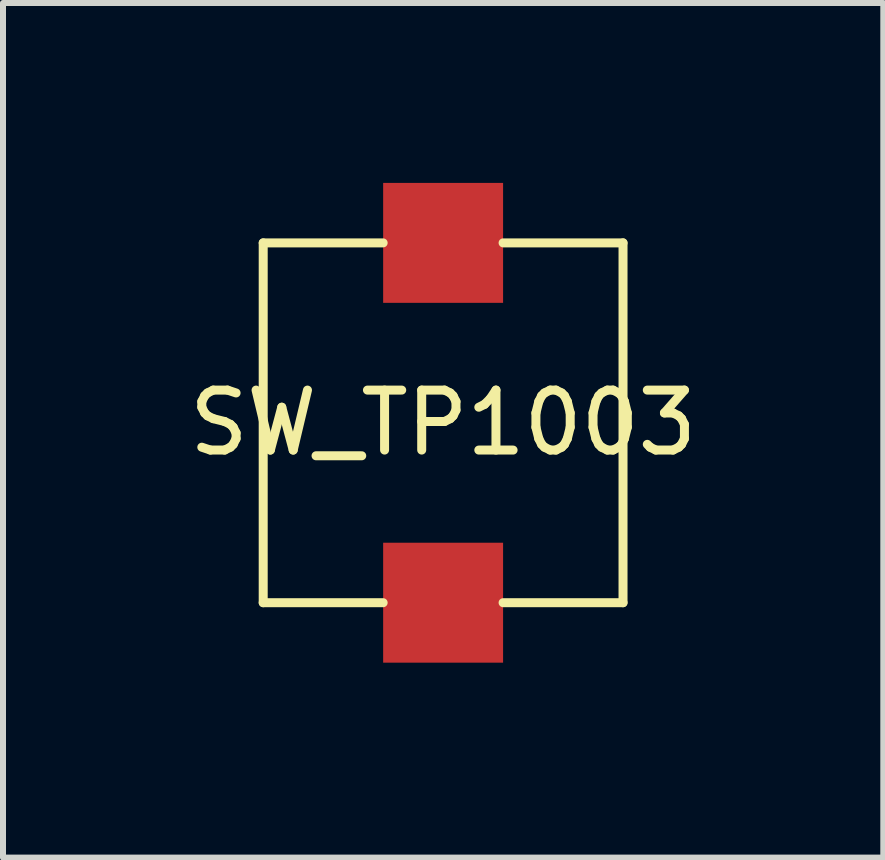
<source format=kicad_pcb>
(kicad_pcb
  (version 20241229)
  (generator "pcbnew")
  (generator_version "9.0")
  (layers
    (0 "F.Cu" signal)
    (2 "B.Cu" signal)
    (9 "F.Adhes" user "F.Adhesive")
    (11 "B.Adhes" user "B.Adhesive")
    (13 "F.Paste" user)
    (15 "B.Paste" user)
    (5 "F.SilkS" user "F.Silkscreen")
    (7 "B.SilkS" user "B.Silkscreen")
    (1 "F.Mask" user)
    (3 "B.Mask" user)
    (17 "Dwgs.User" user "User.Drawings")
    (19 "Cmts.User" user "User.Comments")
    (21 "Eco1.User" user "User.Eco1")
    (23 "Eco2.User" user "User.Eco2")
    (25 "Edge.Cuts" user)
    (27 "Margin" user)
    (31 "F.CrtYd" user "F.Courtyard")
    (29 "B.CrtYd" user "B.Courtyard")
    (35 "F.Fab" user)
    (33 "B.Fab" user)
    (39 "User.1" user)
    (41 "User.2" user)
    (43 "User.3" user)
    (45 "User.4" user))
  (footprint "SW_TP1003"
    (layer "F.Cu")
    (at 4.339 8)
    (property "Reference" "SW_TP1003" (at 0 -4 0) (layer "F.SilkS") (effects (font (size 1 1) (thickness 0.15))))
    (attr through_hole)
    (fp_line (start -3 -7) (end -3 -1) (stroke (width 0.15) (type solid)) (layer "F.SilkS"))
    (fp_line (start -3 -1) (end -1 -1) (stroke (width 0.15) (type solid)) (layer "F.SilkS"))
    (fp_line (start -1 -7) (end -3 -7) (stroke (width 0.15) (type solid)) (layer "F.SilkS"))
    (fp_line (start 1 -1) (end 3 -1) (stroke (width 0.15) (type solid)) (layer "F.SilkS"))
    (fp_line (start 3 -7) (end 1 -7) (stroke (width 0.15) (type solid)) (layer "F.SilkS"))
    (fp_line (start 3 -1) (end 3 -7) (stroke (width 0.15) (type solid)) (layer "F.SilkS"))
    (pad "1" smd rect (at 0 -7) (size 2 2) (layers "F.Cu" "F.Mask" "F.Paste"))
    (pad "2" smd rect (at 0 -1) (size 2 2) (layers "F.Cu" "F.Mask" "F.Paste")))
  (gr_rect
    (start -3 -3)
    (end 11.679 11.25)
    (stroke (width 0.1) (type default))
    (fill no)
    (layer "Edge.Cuts")))
</source>
